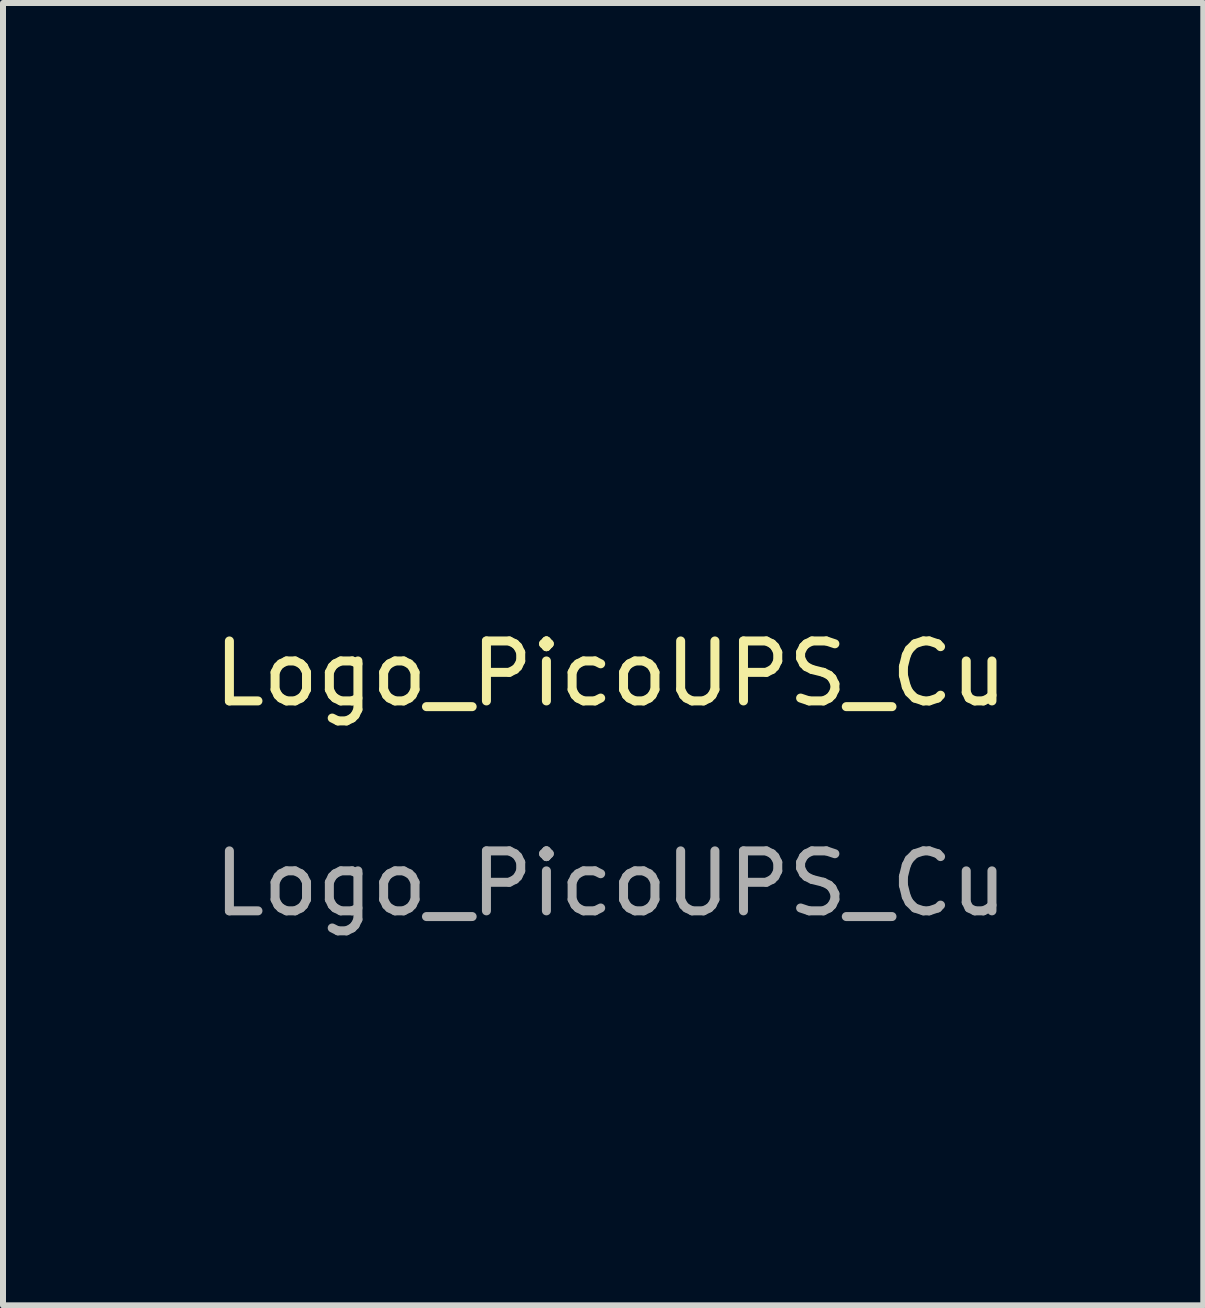
<source format=kicad_pcb>
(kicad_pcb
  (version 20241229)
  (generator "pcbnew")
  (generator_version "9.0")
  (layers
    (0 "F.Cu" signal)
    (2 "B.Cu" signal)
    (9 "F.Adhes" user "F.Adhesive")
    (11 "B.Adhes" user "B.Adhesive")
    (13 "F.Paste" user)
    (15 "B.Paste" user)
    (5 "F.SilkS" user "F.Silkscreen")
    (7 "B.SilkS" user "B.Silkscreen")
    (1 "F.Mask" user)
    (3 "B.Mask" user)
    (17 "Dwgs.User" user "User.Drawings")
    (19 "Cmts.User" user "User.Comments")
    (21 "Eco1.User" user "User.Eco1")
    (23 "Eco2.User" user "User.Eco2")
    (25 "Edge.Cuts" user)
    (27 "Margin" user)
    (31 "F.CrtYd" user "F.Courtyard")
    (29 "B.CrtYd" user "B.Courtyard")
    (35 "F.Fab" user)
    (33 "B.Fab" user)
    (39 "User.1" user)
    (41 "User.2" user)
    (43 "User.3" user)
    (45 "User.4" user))
  (footprint "Logo_PicoUPS_Cu"
    (layer "F.Cu")
    (at 7.132 8.182)
    (property "Reference" "Logo_PicoUPS_Cu" (at 0 0 0) (unlocked yes) (layer "F.SilkS") (effects (font (size 1 1) (thickness 0.15))))
    (fp_line (start -7 -3.5) (end -6.997 -3.592) (stroke (width 0.265) (type solid)) (layer "F.Mask"))
    (fp_line (start -7 2.85) (end -7 -3.5) (stroke (width 0.265) (type solid)) (layer "F.Mask"))
    (fp_line (start -6.999 2.896) (end -7 2.85) (stroke (width 0.265) (type solid)) (layer "F.Mask"))
    (fp_line (start -6.997 -3.592) (end -6.988 -3.682) (stroke (width 0.265) (type solid)) (layer "F.Mask"))
    (fp_line (start -6.997 2.942) (end -6.999 2.896) (stroke (width 0.265) (type solid)) (layer "F.Mask"))
    (fp_line (start -6.993 2.987) (end -6.997 2.942) (stroke (width 0.265) (type solid)) (layer "F.Mask"))
    (fp_line (start -6.988 -3.682) (end -6.973 -3.771) (stroke (width 0.265) (type solid)) (layer "F.Mask"))
    (fp_line (start -6.988 3.032) (end -6.993 2.987) (stroke (width 0.265) (type solid)) (layer "F.Mask"))
    (fp_line (start -6.981 3.077) (end -6.988 3.032) (stroke (width 0.265) (type solid)) (layer "F.Mask"))
    (fp_line (start -6.973 -3.771) (end -6.952 -3.859) (stroke (width 0.265) (type solid)) (layer "F.Mask"))
    (fp_line (start -6.973 3.121) (end -6.981 3.077) (stroke (width 0.265) (type solid)) (layer "F.Mask"))
    (fp_line (start -6.963 3.165) (end -6.973 3.121) (stroke (width 0.265) (type solid)) (layer "F.Mask"))
    (fp_line (start -6.952 -3.859) (end -6.926 -3.944) (stroke (width 0.265) (type solid)) (layer "F.Mask"))
    (fp_line (start -6.952 3.209) (end -6.963 3.165) (stroke (width 0.265) (type solid)) (layer "F.Mask"))
    (fp_line (start -6.94 3.252) (end -6.952 3.209) (stroke (width 0.265) (type solid)) (layer "F.Mask"))
    (fp_line (start -6.926 -3.944) (end -6.895 -4.028) (stroke (width 0.265) (type solid)) (layer "F.Mask"))
    (fp_line (start -6.926 3.294) (end -6.94 3.252) (stroke (width 0.265) (type solid)) (layer "F.Mask"))
    (fp_line (start -6.911 3.336) (end -6.926 3.294) (stroke (width 0.265) (type solid)) (layer "F.Mask"))
    (fp_line (start -6.895 -4.028) (end -6.858 -4.109) (stroke (width 0.265) (type solid)) (layer "F.Mask"))
    (fp_line (start -6.895 3.378) (end -6.911 3.336) (stroke (width 0.265) (type solid)) (layer "F.Mask"))
    (fp_line (start -6.877 3.419) (end -6.895 3.378) (stroke (width 0.265) (type solid)) (layer "F.Mask"))
    (fp_line (start -6.858 -4.109) (end -6.816 -4.187) (stroke (width 0.265) (type solid)) (layer "F.Mask"))
    (fp_line (start -6.858 3.459) (end -6.877 3.419) (stroke (width 0.265) (type solid)) (layer "F.Mask"))
    (fp_line (start -6.837 3.499) (end -6.858 3.459) (stroke (width 0.265) (type solid)) (layer "F.Mask"))
    (fp_line (start -6.816 -4.187) (end -6.769 -4.263) (stroke (width 0.265) (type solid)) (layer "F.Mask"))
    (fp_line (start -6.816 3.537) (end -6.837 3.499) (stroke (width 0.265) (type solid)) (layer "F.Mask"))
    (fp_line (start -6.793 3.576) (end -6.816 3.537) (stroke (width 0.265) (type solid)) (layer "F.Mask"))
    (fp_line (start -6.769 -4.263) (end -6.717 -4.335) (stroke (width 0.265) (type solid)) (layer "F.Mask"))
    (fp_line (start -6.769 3.613) (end -6.793 3.576) (stroke (width 0.265) (type solid)) (layer "F.Mask"))
    (fp_line (start -6.744 3.65) (end -6.769 3.613) (stroke (width 0.265) (type solid)) (layer "F.Mask"))
    (fp_line (start -6.717 -4.335) (end -6.661 -4.405) (stroke (width 0.265) (type solid)) (layer "F.Mask"))
    (fp_line (start -6.717 3.685) (end -6.744 3.65) (stroke (width 0.265) (type solid)) (layer "F.Mask"))
    (fp_line (start -6.689 3.72) (end -6.717 3.685) (stroke (width 0.265) (type solid)) (layer "F.Mask"))
    (fp_line (start -6.661 -4.405) (end -6.599 -4.47) (stroke (width 0.265) (type solid)) (layer "F.Mask"))
    (fp_line (start -6.661 3.755) (end -6.689 3.72) (stroke (width 0.265) (type solid)) (layer "F.Mask"))
    (fp_line (start -6.631 3.788) (end -6.661 3.755) (stroke (width 0.265) (type solid)) (layer "F.Mask"))
    (fp_line (start -6.599 -4.47) (end -6.534 -4.532) (stroke (width 0.265) (type solid)) (layer "F.Mask"))
    (fp_line (start -6.599 3.82) (end -6.631 3.788) (stroke (width 0.265) (type solid)) (layer "F.Mask"))
    (fp_line (start -6.567 3.851) (end -6.599 3.82) (stroke (width 0.265) (type solid)) (layer "F.Mask"))
    (fp_line (start -6.534 -4.532) (end -6.464 -4.589) (stroke (width 0.265) (type solid)) (layer "F.Mask"))
    (fp_line (start -6.534 3.882) (end -6.567 3.851) (stroke (width 0.265) (type solid)) (layer "F.Mask"))
    (fp_line (start -6.5 3.911) (end -6.534 3.882) (stroke (width 0.265) (type solid)) (layer "F.Mask"))
    (fp_line (start -6.464 -4.589) (end -6.39 -4.642) (stroke (width 0.265) (type solid)) (layer "F.Mask"))
    (fp_line (start -6.464 3.939) (end -6.5 3.911) (stroke (width 0.265) (type solid)) (layer "F.Mask"))
    (fp_line (start -6.428 3.966) (end -6.464 3.939) (stroke (width 0.265) (type solid)) (layer "F.Mask"))
    (fp_line (start -6.39 -4.642) (end -6.313 -4.691) (stroke (width 0.265) (type solid)) (layer "F.Mask"))
    (fp_line (start -6.39 3.992) (end -6.428 3.966) (stroke (width 0.265) (type solid)) (layer "F.Mask"))
    (fp_line (start -6.352 4.017) (end -6.39 3.992) (stroke (width 0.265) (type solid)) (layer "F.Mask"))
    (fp_line (start -6.313 -4.691) (end -0.813 -7.866) (stroke (width 0.265) (type solid)) (layer "F.Mask"))
    (fp_line (start -6.313 4.041) (end -6.352 4.017) (stroke (width 0.265) (type solid)) (layer "F.Mask"))
    (fp_line (start -0.813 -7.866) (end -0.732 -7.909) (stroke (width 0.265) (type solid)) (layer "F.Mask"))
    (fp_line (start -0.813 7.216) (end -6.313 4.041) (stroke (width 0.265) (type solid)) (layer "F.Mask"))
    (fp_line (start -0.732 -7.909) (end -0.65 -7.946) (stroke (width 0.265) (type solid)) (layer "F.Mask"))
    (fp_line (start -0.732 7.259) (end -0.813 7.216) (stroke (width 0.265) (type solid)) (layer "F.Mask"))
    (fp_line (start -0.65 -7.946) (end -0.565 -7.978) (stroke (width 0.265) (type solid)) (layer "F.Mask"))
    (fp_line (start -0.65 7.296) (end -0.732 7.259) (stroke (width 0.265) (type solid)) (layer "F.Mask"))
    (fp_line (start -0.565 -7.978) (end -0.479 -8.004) (stroke (width 0.265) (type solid)) (layer "F.Mask"))
    (fp_line (start -0.565 7.328) (end -0.65 7.296) (stroke (width 0.265) (type solid)) (layer "F.Mask"))
    (fp_line (start -0.479 -8.004) (end -0.392 -8.024) (stroke (width 0.265) (type solid)) (layer "F.Mask"))
    (fp_line (start -0.479 7.354) (end -0.565 7.328) (stroke (width 0.265) (type solid)) (layer "F.Mask"))
    (fp_line (start -0.392 -8.024) (end -0.304 -8.038) (stroke (width 0.265) (type solid)) (layer "F.Mask"))
    (fp_line (start -0.392 7.374) (end -0.479 7.354) (stroke (width 0.265) (type solid)) (layer "F.Mask"))
    (fp_line (start -0.304 -8.038) (end -0.215 -8.047) (stroke (width 0.265) (type solid)) (layer "F.Mask"))
    (fp_line (start -0.304 7.388) (end -0.392 7.374) (stroke (width 0.265) (type solid)) (layer "F.Mask"))
    (fp_line (start -0.215 -8.047) (end -0.126 -8.05) (stroke (width 0.265) (type solid)) (layer "F.Mask"))
    (fp_line (start -0.215 7.397) (end -0.304 7.388) (stroke (width 0.265) (type solid)) (layer "F.Mask"))
    (fp_line (start -0.126 -8.05) (end -0.037 -8.047) (stroke (width 0.265) (type solid)) (layer "F.Mask"))
    (fp_line (start -0.126 7.4) (end -0.215 7.397) (stroke (width 0.265) (type solid)) (layer "F.Mask"))
    (fp_line (start -0.037 -8.047) (end 0.052 -8.038) (stroke (width 0.265) (type solid)) (layer "F.Mask"))
    (fp_line (start -0.037 7.397) (end -0.126 7.4) (stroke (width 0.265) (type solid)) (layer "F.Mask"))
    (fp_line (start 0.052 -8.038) (end 0.14 -8.024) (stroke (width 0.265) (type solid)) (layer "F.Mask"))
    (fp_line (start 0.052 7.388) (end -0.037 7.397) (stroke (width 0.265) (type solid)) (layer "F.Mask"))
    (fp_line (start 0.14 -8.024) (end 0.227 -8.004) (stroke (width 0.265) (type solid)) (layer "F.Mask"))
    (fp_line (start 0.14 7.374) (end 0.052 7.388) (stroke (width 0.265) (type solid)) (layer "F.Mask"))
    (fp_line (start 0.227 -8.004) (end 0.313 -7.978) (stroke (width 0.265) (type solid)) (layer "F.Mask"))
    (fp_line (start 0.227 7.354) (end 0.14 7.374) (stroke (width 0.265) (type solid)) (layer "F.Mask"))
    (fp_line (start 0.313 -7.978) (end 0.398 -7.946) (stroke (width 0.265) (type solid)) (layer "F.Mask"))
    (fp_line (start 0.313 7.328) (end 0.227 7.354) (stroke (width 0.265) (type solid)) (layer "F.Mask"))
    (fp_line (start 0.398 -7.946) (end 0.481 -7.909) (stroke (width 0.265) (type solid)) (layer "F.Mask"))
    (fp_line (start 0.398 7.296) (end 0.313 7.328) (stroke (width 0.265) (type solid)) (layer "F.Mask"))
    (fp_line (start 0.481 -7.909) (end 0.561 -7.866) (stroke (width 0.265) (type solid)) (layer "F.Mask"))
    (fp_line (start 0.481 7.259) (end 0.398 7.296) (stroke (width 0.265) (type solid)) (layer "F.Mask"))
    (fp_line (start 0.561 -7.866) (end 6.061 -4.691) (stroke (width 0.265) (type solid)) (layer "F.Mask"))
    (fp_line (start 0.561 7.216) (end 0.481 7.259) (stroke (width 0.265) (type solid)) (layer "F.Mask"))
    (fp_line (start 6.061 -4.691) (end 6.1 -4.667) (stroke (width 0.265) (type solid)) (layer "F.Mask"))
    (fp_line (start 6.061 4.041) (end 0.561 7.216) (stroke (width 0.265) (type solid)) (layer "F.Mask"))
    (fp_line (start 6.1 -4.667) (end 6.139 -4.642) (stroke (width 0.265) (type solid)) (layer "F.Mask"))
    (fp_line (start 6.139 -4.642) (end 6.176 -4.616) (stroke (width 0.265) (type solid)) (layer "F.Mask"))
    (fp_line (start 6.139 3.992) (end 6.061 4.041) (stroke (width 0.265) (type solid)) (layer "F.Mask"))
    (fp_line (start 6.176 -4.616) (end 6.212 -4.589) (stroke (width 0.265) (type solid)) (layer "F.Mask"))
    (fp_line (start 6.212 -4.589) (end 6.248 -4.561) (stroke (width 0.265) (type solid)) (layer "F.Mask"))
    (fp_line (start 6.212 3.939) (end 6.139 3.992) (stroke (width 0.265) (type solid)) (layer "F.Mask"))
    (fp_line (start 6.248 -4.561) (end 6.282 -4.532) (stroke (width 0.265) (type solid)) (layer "F.Mask"))
    (fp_line (start 6.282 -4.532) (end 6.315 -4.501) (stroke (width 0.265) (type solid)) (layer "F.Mask"))
    (fp_line (start 6.282 3.882) (end 6.212 3.939) (stroke (width 0.265) (type solid)) (layer "F.Mask"))
    (fp_line (start 6.315 -4.501) (end 6.348 -4.47) (stroke (width 0.265) (type solid)) (layer "F.Mask"))
    (fp_line (start 6.348 -4.47) (end 6.379 -4.438) (stroke (width 0.265) (type solid)) (layer "F.Mask"))
    (fp_line (start 6.348 3.82) (end 6.282 3.882) (stroke (width 0.265) (type solid)) (layer "F.Mask"))
    (fp_line (start 6.379 -4.438) (end 6.409 -4.405) (stroke (width 0.265) (type solid)) (layer "F.Mask"))
    (fp_line (start 6.409 -4.405) (end 6.437 -4.37) (stroke (width 0.265) (type solid)) (layer "F.Mask"))
    (fp_line (start 6.409 3.755) (end 6.348 3.82) (stroke (width 0.265) (type solid)) (layer "F.Mask"))
    (fp_line (start 6.437 -4.37) (end 6.465 -4.335) (stroke (width 0.265) (type solid)) (layer "F.Mask"))
    (fp_line (start 6.465 -4.335) (end 6.492 -4.3) (stroke (width 0.265) (type solid)) (layer "F.Mask"))
    (fp_line (start 6.465 3.685) (end 6.409 3.755) (stroke (width 0.265) (type solid)) (layer "F.Mask"))
    (fp_line (start 6.492 -4.3) (end 6.517 -4.263) (stroke (width 0.265) (type solid)) (layer "F.Mask"))
    (fp_line (start 6.517 -4.263) (end 6.541 -4.226) (stroke (width 0.265) (type solid)) (layer "F.Mask"))
    (fp_line (start 6.517 3.613) (end 6.465 3.685) (stroke (width 0.265) (type solid)) (layer "F.Mask"))
    (fp_line (start 6.541 -4.226) (end 6.564 -4.187) (stroke (width 0.265) (type solid)) (layer "F.Mask"))
    (fp_line (start 6.564 -4.187) (end 6.586 -4.149) (stroke (width 0.265) (type solid)) (layer "F.Mask"))
    (fp_line (start 6.564 3.537) (end 6.517 3.613) (stroke (width 0.265) (type solid)) (layer "F.Mask"))
    (fp_line (start 6.586 -4.149) (end 6.606 -4.109) (stroke (width 0.265) (type solid)) (layer "F.Mask"))
    (fp_line (start 6.606 -4.109) (end 6.625 -4.069) (stroke (width 0.265) (type solid)) (layer "F.Mask"))
    (fp_line (start 6.606 3.459) (end 6.564 3.537) (stroke (width 0.265) (type solid)) (layer "F.Mask"))
    (fp_line (start 6.625 -4.069) (end 6.643 -4.028) (stroke (width 0.265) (type solid)) (layer "F.Mask"))
    (fp_line (start 6.643 -4.028) (end 6.659 -3.986) (stroke (width 0.265) (type solid)) (layer "F.Mask"))
    (fp_line (start 6.643 3.378) (end 6.606 3.459) (stroke (width 0.265) (type solid)) (layer "F.Mask"))
    (fp_line (start 6.659 -3.986) (end 6.674 -3.944) (stroke (width 0.265) (type solid)) (layer "F.Mask"))
    (fp_line (start 6.674 -3.944) (end 6.688 -3.902) (stroke (width 0.265) (type solid)) (layer "F.Mask"))
    (fp_line (start 6.674 3.294) (end 6.643 3.378) (stroke (width 0.265) (type solid)) (layer "F.Mask"))
    (fp_line (start 6.688 -3.902) (end 6.701 -3.859) (stroke (width 0.265) (type solid)) (layer "F.Mask"))
    (fp_line (start 6.701 -3.859) (end 6.712 -3.815) (stroke (width 0.265) (type solid)) (layer "F.Mask"))
    (fp_line (start 6.701 3.209) (end 6.674 3.294) (stroke (width 0.265) (type solid)) (layer "F.Mask"))
    (fp_line (start 6.712 -3.815) (end 6.721 -3.771) (stroke (width 0.265) (type solid)) (layer "F.Mask"))
    (fp_line (start 6.721 -3.771) (end 6.729 -3.727) (stroke (width 0.265) (type solid)) (layer "F.Mask"))
    (fp_line (start 6.721 3.121) (end 6.701 3.209) (stroke (width 0.265) (type solid)) (layer "F.Mask"))
    (fp_line (start 6.729 -3.727) (end 6.736 -3.682) (stroke (width 0.265) (type solid)) (layer "F.Mask"))
    (fp_line (start 6.736 -3.682) (end 6.741 -3.637) (stroke (width 0.265) (type solid)) (layer "F.Mask"))
    (fp_line (start 6.736 3.032) (end 6.721 3.121) (stroke (width 0.265) (type solid)) (layer "F.Mask"))
    (fp_line (start 6.741 -3.637) (end 6.745 -3.592) (stroke (width 0.265) (type solid)) (layer "F.Mask"))
    (fp_line (start 6.745 -3.592) (end 6.747 -3.546) (stroke (width 0.265) (type solid)) (layer "F.Mask"))
    (fp_line (start 6.745 2.942) (end 6.736 3.032) (stroke (width 0.265) (type solid)) (layer "F.Mask"))
    (fp_line (start 6.747 -3.546) (end 6.748 -3.5) (stroke (width 0.265) (type solid)) (layer "F.Mask"))
    (fp_line (start 6.748 -3.5) (end 6.748 2.85) (stroke (width 0.265) (type solid)) (layer "F.Mask"))
    (fp_line (start 6.748 2.85) (end 6.745 2.942) (stroke (width 0.265) (type solid)) (layer "F.Mask"))
    (fp_poly (pts (xy -5.157 1.792) (xy -5.15 1.797) (xy -5.142 1.802) (xy -5.135 1.807) (xy -5.127 1.813) (xy -5.12 1.819) (xy -5.112 1.825) (xy -5.105 1.832) (xy -5.097 1.839) (xy -5.09 1.847) (xy -5.083 1.855) (xy -5.075 1.863) (xy -5.068 1.872) (xy -5.061 1.881) (xy -5.054 1.891) (xy -5.046 1.901) (xy -5.039 1.911) (xy -5.025 1.932) (xy -5.012 1.953) (xy -4.999 1.974) (xy -4.987 1.997) (xy -4.975 2.02) (xy -4.964 2.044) (xy -4.954 2.068) (xy -4.944 2.093) (xy -4.94 2.106) (xy -4.935 2.118) (xy -4.931 2.131) (xy -4.928 2.143) (xy -4.924 2.155) (xy -4.921 2.168) (xy -4.918 2.18) (xy -4.916 2.192) (xy -4.913 2.204) (xy -4.911 2.216) (xy -4.91 2.228) (xy -4.908 2.24) (xy -4.907 2.251) (xy -4.907 2.263) (xy -4.906 2.275) (xy -4.906 2.286) (xy -4.906 2.297) (xy -4.907 2.308) (xy -4.907 2.319) (xy -4.908 2.329) (xy -4.91 2.339) (xy -4.911 2.349) (xy -4.913 2.359) (xy -4.916 2.368) (xy -4.918 2.377) (xy -4.921 2.386) (xy -4.924 2.395) (xy -4.928 2.404) (xy -4.931 2.412) (xy -4.935 2.42) (xy -4.94 2.428) (xy -4.944 2.436) (xy -4.949 2.443) (xy -4.954 2.449) (xy -4.959 2.456) (xy -4.964 2.462) (xy -4.97 2.468) (xy -4.975 2.473) (xy -4.981 2.478) (xy -4.987 2.483) (xy -4.993 2.488) (xy -4.999 2.492) (xy -5.005 2.496) (xy -5.012 2.5) (xy -5.019 2.503) (xy -5.025 2.506) (xy -5.032 2.509) (xy -5.039 2.511) (xy -5.046 2.513) (xy -5.054 2.515) (xy -5.061 2.516) (xy -5.068 2.517) (xy -5.075 2.517) (xy -5.083 2.517) (xy -5.09 2.516) (xy -5.097 2.516) (xy -5.105 2.514) (xy -5.112 2.513) (xy -5.12 2.511) (xy -5.127 2.508) (xy -5.135 2.505) (xy -5.142 2.502) (xy -5.15 2.498) (xy -5.157 2.494) (xy -5.71 2.175) (xy -5.71 1.473)) (stroke (width 0) (type solid)) (fill yes) (layer "F.Mask"))
    (fp_poly (pts (xy -4.221 -5.28) (xy -4.191 -5.277) (xy -4.162 -5.273) (xy -4.133 -5.266) (xy -4.104 -5.257) (xy -4.076 -5.247) (xy -4.048 -5.234) (xy -4.021 -5.22) (xy -2.646 -4.426) (xy -2.642 -4.423) (xy -2.638 -4.421) (xy -2.634 -4.418) (xy -2.63 -4.415) (xy -2.626 -4.412) (xy -2.622 -4.408) (xy -2.618 -4.405) (xy -2.615 -4.402) (xy -2.611 -4.398) (xy -2.608 -4.394) (xy -2.605 -4.39) (xy -2.601 -4.387) (xy -2.599 -4.383) (xy -2.596 -4.379) (xy -2.593 -4.374) (xy -2.591 -4.37) (xy -2.588 -4.366) (xy -2.586 -4.361) (xy -2.584 -4.357) (xy -2.582 -4.352) (xy -2.58 -4.348) (xy -2.578 -4.343) (xy -2.577 -4.338) (xy -2.575 -4.334) (xy -2.574 -4.329) (xy -2.573 -4.324) (xy -2.572 -4.319) (xy -2.571 -4.314) (xy -2.571 -4.309) (xy -2.57 -4.304) (xy -2.57 -4.299) (xy -2.57 -4.294) (xy -2.57 -4.284) (xy -2.571 -4.274) (xy -2.573 -4.264) (xy -2.575 -4.254) (xy -2.578 -4.244) (xy -2.582 -4.235) (xy -2.586 -4.226) (xy -2.591 -4.217) (xy -2.596 -4.209) (xy -2.601 -4.201) (xy -2.608 -4.193) (xy -2.615 -4.186) (xy -2.622 -4.179) (xy -2.63 -4.173) (xy -2.638 -4.167) (xy -2.646 -4.161) (xy -4.021 -3.368) (xy -4.048 -3.353) (xy -4.076 -3.341) (xy -4.104 -3.33) (xy -4.133 -3.322) (xy -4.162 -3.315) (xy -4.191 -3.31) (xy -4.221 -3.307) (xy -4.25 -3.306) (xy -4.28 -3.307) (xy -4.31 -3.31) (xy -4.339 -3.315) (xy -4.368 -3.322) (xy -4.397 -3.33) (xy -4.425 -3.341) (xy -4.453 -3.353) (xy -4.48 -3.368) (xy -5.854 -4.161) (xy -5.859 -4.164) (xy -5.863 -4.167) (xy -5.867 -4.17) (xy -5.871 -4.173) (xy -5.875 -4.176) (xy -5.879 -4.179) (xy -5.883 -4.182) (xy -5.886 -4.186) (xy -5.89 -4.19) (xy -5.893 -4.193) (xy -5.896 -4.197) (xy -5.899 -4.201) (xy -5.902 -4.205) (xy -5.905 -4.209) (xy -5.908 -4.213) (xy -5.91 -4.217) (xy -5.913 -4.222) (xy -5.915 -4.226) (xy -5.917 -4.231) (xy -5.919 -4.235) (xy -5.921 -4.24) (xy -5.923 -4.244) (xy -5.924 -4.249) (xy -5.925 -4.254) (xy -5.927 -4.259) (xy -5.928 -4.264) (xy -5.929 -4.269) (xy -5.929 -4.274) (xy -5.93 -4.279) (xy -5.93 -4.284) (xy -5.931 -4.289) (xy -5.931 -4.294) (xy -5.93 -4.304) (xy -5.929 -4.314) (xy -5.928 -4.324) (xy -5.925 -4.334) (xy -5.923 -4.343) (xy -5.919 -4.352) (xy -5.915 -4.361) (xy -5.91 -4.37) (xy -5.905 -4.379) (xy -5.899 -4.387) (xy -5.893 -4.394) (xy -5.886 -4.402) (xy -5.879 -4.408) (xy -5.871 -4.415) (xy -5.863 -4.421) (xy -5.854 -4.426) (xy -4.48 -5.22) (xy -4.453 -5.234) (xy -4.425 -5.247) (xy -4.397 -5.257) (xy -4.368 -5.266) (xy -4.339 -5.273) (xy -4.31 -5.277) (xy -4.28 -5.28) (xy -4.25 -5.281)) (stroke (width 0) (type solid)) (fill yes) (layer "F.Mask"))
    (fp_poly (pts (xy -2.158 -6.471) (xy -2.129 -6.468) (xy -2.1 -6.463) (xy -2.07 -6.456) (xy -2.042 -6.448) (xy -2.014 -6.437) (xy -1.986 -6.425) (xy -1.959 -6.41) (xy -0.584 -5.617) (xy -0.576 -5.611) (xy -0.567 -5.605) (xy -0.56 -5.599) (xy -0.552 -5.592) (xy -0.546 -5.585) (xy -0.539 -5.577) (xy -0.534 -5.569) (xy -0.528 -5.561) (xy -0.524 -5.552) (xy -0.52 -5.543) (xy -0.516 -5.534) (xy -0.513 -5.524) (xy -0.511 -5.515) (xy -0.509 -5.505) (xy -0.508 -5.495) (xy -0.508 -5.484) (xy -0.508 -5.479) (xy -0.508 -5.474) (xy -0.509 -5.469) (xy -0.509 -5.464) (xy -0.51 -5.459) (xy -0.511 -5.454) (xy -0.512 -5.449) (xy -0.513 -5.445) (xy -0.514 -5.44) (xy -0.516 -5.435) (xy -0.518 -5.43) (xy -0.52 -5.426) (xy -0.521 -5.421) (xy -0.524 -5.417) (xy -0.526 -5.412) (xy -0.528 -5.408) (xy -0.531 -5.404) (xy -0.534 -5.4) (xy -0.536 -5.396) (xy -0.539 -5.392) (xy -0.542 -5.388) (xy -0.546 -5.384) (xy -0.549 -5.38) (xy -0.552 -5.377) (xy -0.556 -5.373) (xy -0.56 -5.37) (xy -0.563 -5.366) (xy -0.567 -5.363) (xy -0.571 -5.36) (xy -0.576 -5.357) (xy -0.58 -5.355) (xy -0.584 -5.352) (xy -1.959 -4.558) (xy -1.986 -4.544) (xy -2.014 -4.531) (xy -2.042 -4.521) (xy -2.07 -4.512) (xy -2.1 -4.506) (xy -2.129 -4.501) (xy -2.158 -4.498) (xy -2.188 -4.497) (xy -2.218 -4.498) (xy -2.247 -4.501) (xy -2.277 -4.506) (xy -2.306 -4.512) (xy -2.334 -4.521) (xy -2.363 -4.531) (xy -2.39 -4.544) (xy -2.417 -4.558) (xy -3.792 -5.352) (xy -3.801 -5.357) (xy -3.809 -5.363) (xy -3.817 -5.37) (xy -3.824 -5.377) (xy -3.831 -5.384) (xy -3.837 -5.392) (xy -3.843 -5.4) (xy -3.848 -5.408) (xy -3.853 -5.417) (xy -3.857 -5.426) (xy -3.86 -5.435) (xy -3.863 -5.445) (xy -3.865 -5.454) (xy -3.867 -5.464) (xy -3.868 -5.474) (xy -3.868 -5.484) (xy -3.868 -5.489) (xy -3.868 -5.495) (xy -3.868 -5.5) (xy -3.867 -5.505) (xy -3.866 -5.51) (xy -3.865 -5.515) (xy -3.864 -5.519) (xy -3.863 -5.524) (xy -3.862 -5.529) (xy -3.86 -5.534) (xy -3.859 -5.538) (xy -3.857 -5.543) (xy -3.855 -5.548) (xy -3.853 -5.552) (xy -3.85 -5.556) (xy -3.848 -5.561) (xy -3.845 -5.565) (xy -3.843 -5.569) (xy -3.84 -5.573) (xy -3.837 -5.577) (xy -3.834 -5.581) (xy -3.831 -5.585) (xy -3.827 -5.589) (xy -3.824 -5.592) (xy -3.82 -5.596) (xy -3.817 -5.599) (xy -3.813 -5.602) (xy -3.809 -5.605) (xy -3.805 -5.608) (xy -3.801 -5.611) (xy -3.796 -5.614) (xy -3.792 -5.617) (xy -2.417 -6.41) (xy -2.39 -6.425) (xy -2.363 -6.437) (xy -2.334 -6.448) (xy -2.306 -6.456) (xy -2.277 -6.463) (xy -2.247 -6.468) (xy -2.218 -6.471) (xy -2.188 -6.472)) (stroke (width 0) (type solid)) (fill yes) (layer "F.Mask"))
    (fp_poly (pts (xy -2.158 -4.09) (xy -2.129 -4.087) (xy -2.1 -4.082) (xy -2.07 -4.075) (xy -2.042 -4.067) (xy -2.014 -4.056) (xy -1.986 -4.044) (xy -1.959 -4.029) (xy -0.584 -3.235) (xy -0.576 -3.23) (xy -0.567 -3.224) (xy -0.56 -3.218) (xy -0.552 -3.211) (xy -0.546 -3.204) (xy -0.539 -3.196) (xy -0.534 -3.188) (xy -0.528 -3.18) (xy -0.524 -3.171) (xy -0.52 -3.162) (xy -0.516 -3.152) (xy -0.513 -3.143) (xy -0.511 -3.133) (xy -0.509 -3.123) (xy -0.508 -3.113) (xy -0.508 -3.103) (xy -0.508 -3.098) (xy -0.508 -3.093) (xy -0.509 -3.088) (xy -0.509 -3.083) (xy -0.51 -3.078) (xy -0.511 -3.073) (xy -0.512 -3.068) (xy -0.513 -3.063) (xy -0.514 -3.058) (xy -0.516 -3.054) (xy -0.518 -3.049) (xy -0.52 -3.044) (xy -0.521 -3.04) (xy -0.524 -3.035) (xy -0.526 -3.031) (xy -0.528 -3.027) (xy -0.531 -3.023) (xy -0.534 -3.018) (xy -0.536 -3.014) (xy -0.539 -3.01) (xy -0.542 -3.006) (xy -0.546 -3.003) (xy -0.549 -2.999) (xy -0.552 -2.995) (xy -0.556 -2.992) (xy -0.56 -2.988) (xy -0.563 -2.985) (xy -0.567 -2.982) (xy -0.571 -2.979) (xy -0.576 -2.976) (xy -0.58 -2.973) (xy -0.584 -2.971) (xy -1.959 -2.177) (xy -1.986 -2.163) (xy -2.014 -2.15) (xy -2.042 -2.14) (xy -2.07 -2.131) (xy -2.1 -2.124) (xy -2.129 -2.12) (xy -2.158 -2.117) (xy -2.188 -2.116) (xy -2.218 -2.117) (xy -2.247 -2.12) (xy -2.277 -2.124) (xy -2.306 -2.131) (xy -2.334 -2.14) (xy -2.363 -2.15) (xy -2.39 -2.163) (xy -2.417 -2.177) (xy -3.792 -2.971) (xy -3.801 -2.976) (xy -3.809 -2.982) (xy -3.817 -2.988) (xy -3.824 -2.995) (xy -3.831 -3.003) (xy -3.837 -3.01) (xy -3.843 -3.018) (xy -3.848 -3.027) (xy -3.853 -3.035) (xy -3.857 -3.044) (xy -3.86 -3.054) (xy -3.863 -3.063) (xy -3.865 -3.073) (xy -3.867 -3.083) (xy -3.868 -3.093) (xy -3.868 -3.103) (xy -3.868 -3.108) (xy -3.868 -3.113) (xy -3.868 -3.118) (xy -3.867 -3.123) (xy -3.866 -3.128) (xy -3.865 -3.133) (xy -3.864 -3.138) (xy -3.863 -3.143) (xy -3.862 -3.148) (xy -3.86 -3.152) (xy -3.859 -3.157) (xy -3.857 -3.162) (xy -3.855 -3.166) (xy -3.853 -3.171) (xy -3.85 -3.175) (xy -3.848 -3.18) (xy -3.845 -3.184) (xy -3.843 -3.188) (xy -3.84 -3.192) (xy -3.837 -3.196) (xy -3.834 -3.2) (xy -3.831 -3.204) (xy -3.827 -3.207) (xy -3.824 -3.211) (xy -3.82 -3.214) (xy -3.817 -3.218) (xy -3.813 -3.221) (xy -3.809 -3.224) (xy -3.805 -3.227) (xy -3.801 -3.23) (xy -3.796 -3.233) (xy -3.792 -3.235) (xy -2.417 -4.029) (xy -2.39 -4.044) (xy -2.363 -4.056) (xy -2.334 -4.067) (xy -2.306 -4.075) (xy -2.277 -4.082) (xy -2.247 -4.087) (xy -2.218 -4.09) (xy -2.188 -4.091)) (stroke (width 0) (type solid)) (fill yes) (layer "F.Mask"))
    (fp_poly (pts (xy -0.096 -2.899) (xy -0.067 -2.896) (xy -0.037 -2.891) (xy -0.008 -2.885) (xy 0.02 -2.876) (xy 0.049 -2.865) (xy 0.076 -2.853) (xy 0.103 -2.839) (xy 1.478 -2.045) (xy 1.487 -2.039) (xy 1.495 -2.034) (xy 1.503 -2.027) (xy 1.51 -2.02) (xy 1.517 -2.013) (xy 1.523 -2.005) (xy 1.529 -1.997) (xy 1.534 -1.989) (xy 1.539 -1.98) (xy 1.543 -1.971) (xy 1.546 -1.962) (xy 1.549 -1.952) (xy 1.551 -1.943) (xy 1.553 -1.933) (xy 1.554 -1.923) (xy 1.554 -1.913) (xy 1.554 -1.907) (xy 1.554 -1.902) (xy 1.554 -1.897) (xy 1.553 -1.892) (xy 1.552 -1.887) (xy 1.551 -1.882) (xy 1.55 -1.877) (xy 1.549 -1.873) (xy 1.548 -1.868) (xy 1.546 -1.863) (xy 1.545 -1.858) (xy 1.543 -1.854) (xy 1.541 -1.849) (xy 1.539 -1.845) (xy 1.536 -1.84) (xy 1.534 -1.836) (xy 1.531 -1.832) (xy 1.529 -1.828) (xy 1.526 -1.824) (xy 1.523 -1.82) (xy 1.52 -1.816) (xy 1.517 -1.812) (xy 1.513 -1.808) (xy 1.51 -1.805) (xy 1.506 -1.801) (xy 1.503 -1.798) (xy 1.499 -1.795) (xy 1.495 -1.791) (xy 1.491 -1.788) (xy 1.487 -1.786) (xy 1.482 -1.783) (xy 1.478 -1.78) (xy 0.103 -0.986) (xy 0.076 -0.972) (xy 0.049 -0.96) (xy 0.02 -0.949) (xy -0.008 -0.94) (xy -0.037 -0.934) (xy -0.067 -0.929) (xy -0.096 -0.926) (xy -0.126 -0.925) (xy -0.156 -0.926) (xy -0.185 -0.929) (xy -0.215 -0.934) (xy -0.244 -0.94) (xy -0.272 -0.949) (xy -0.3 -0.96) (xy -0.328 -0.972) (xy -0.355 -0.986) (xy -1.73 -1.78) (xy -1.739 -1.786) (xy -1.747 -1.791) (xy -1.754 -1.798) (xy -1.762 -1.805) (xy -1.769 -1.812) (xy -1.775 -1.82) (xy -1.781 -1.828) (xy -1.786 -1.836) (xy -1.79 -1.845) (xy -1.795 -1.854) (xy -1.798 -1.863) (xy -1.801 -1.873) (xy -1.803 -1.882) (xy -1.805 -1.892) (xy -1.806 -1.902) (xy -1.806 -1.913) (xy -1.806 -1.918) (xy -1.806 -1.923) (xy -1.805 -1.928) (xy -1.805 -1.933) (xy -1.804 -1.938) (xy -1.803 -1.943) (xy -1.802 -1.948) (xy -1.801 -1.952) (xy -1.8 -1.957) (xy -1.798 -1.962) (xy -1.796 -1.967) (xy -1.795 -1.971) (xy -1.793 -1.976) (xy -1.79 -1.98) (xy -1.788 -1.985) (xy -1.786 -1.989) (xy -1.783 -1.993) (xy -1.781 -1.997) (xy -1.778 -2.001) (xy -1.775 -2.005) (xy -1.772 -2.009) (xy -1.769 -2.013) (xy -1.765 -2.017) (xy -1.762 -2.02) (xy -1.758 -2.024) (xy -1.754 -2.027) (xy -1.751 -2.03) (xy -1.747 -2.034) (xy -1.743 -2.037) (xy -1.739 -2.039) (xy -1.734 -2.042) (xy -1.73 -2.045) (xy -0.355 -2.839) (xy -0.328 -2.853) (xy -0.3 -2.865) (xy -0.272 -2.876) (xy -0.244 -2.885) (xy -0.214 -2.891) (xy -0.185 -2.896) (xy -0.156 -2.899) (xy -0.126 -2.9)) (stroke (width 0) (type solid)) (fill yes) (layer "F.Mask"))
    (fp_poly (pts (xy 4.028 -5.28) (xy 4.058 -5.277) (xy 4.087 -5.273) (xy 4.116 -5.266) (xy 4.145 -5.257) (xy 4.173 -5.247) (xy 4.201 -5.234) (xy 4.228 -5.22) (xy 5.602 -4.426) (xy 5.607 -4.423) (xy 5.611 -4.421) (xy 5.615 -4.418) (xy 5.619 -4.415) (xy 5.623 -4.412) (xy 5.627 -4.408) (xy 5.631 -4.405) (xy 5.634 -4.402) (xy 5.638 -4.398) (xy 5.641 -4.394) (xy 5.644 -4.39) (xy 5.647 -4.387) (xy 5.65 -4.383) (xy 5.653 -4.379) (xy 5.656 -4.374) (xy 5.658 -4.37) (xy 5.661 -4.366) (xy 5.663 -4.361) (xy 5.665 -4.357) (xy 5.667 -4.352) (xy 5.669 -4.348) (xy 5.671 -4.343) (xy 5.672 -4.338) (xy 5.674 -4.334) (xy 5.675 -4.329) (xy 5.676 -4.324) (xy 5.677 -4.319) (xy 5.678 -4.314) (xy 5.678 -4.309) (xy 5.679 -4.304) (xy 5.679 -4.299) (xy 5.679 -4.294) (xy 5.679 -4.284) (xy 5.678 -4.274) (xy 5.676 -4.264) (xy 5.674 -4.254) (xy 5.671 -4.244) (xy 5.667 -4.235) (xy 5.663 -4.226) (xy 5.658 -4.217) (xy 5.653 -4.209) (xy 5.647 -4.201) (xy 5.641 -4.193) (xy 5.634 -4.186) (xy 5.627 -4.179) (xy 5.619 -4.173) (xy 5.611 -4.167) (xy 5.602 -4.161) (xy 4.228 -3.368) (xy 4.201 -3.353) (xy 4.173 -3.341) (xy 4.145 -3.33) (xy 4.116 -3.322) (xy 4.087 -3.315) (xy 4.058 -3.31) (xy 4.028 -3.307) (xy 3.999 -3.306) (xy 3.969 -3.307) (xy 3.939 -3.31) (xy 3.91 -3.315) (xy 3.881 -3.322) (xy 3.852 -3.33) (xy 3.824 -3.341) (xy 3.796 -3.353) (xy 3.769 -3.368) (xy 2.395 -4.161) (xy 2.39 -4.164) (xy 2.386 -4.167) (xy 2.382 -4.17) (xy 2.378 -4.173) (xy 2.374 -4.176) (xy 2.37 -4.179) (xy 2.366 -4.182) (xy 2.363 -4.186) (xy 2.359 -4.19) (xy 2.356 -4.193) (xy 2.353 -4.197) (xy 2.35 -4.201) (xy 2.347 -4.205) (xy 2.344 -4.209) (xy 2.341 -4.213) (xy 2.339 -4.217) (xy 2.336 -4.222) (xy 2.334 -4.226) (xy 2.332 -4.231) (xy 2.33 -4.235) (xy 2.328 -4.24) (xy 2.326 -4.244) (xy 2.325 -4.249) (xy 2.323 -4.254) (xy 2.322 -4.259) (xy 2.321 -4.264) (xy 2.32 -4.269) (xy 2.32 -4.274) (xy 2.319 -4.279) (xy 2.319 -4.284) (xy 2.318 -4.289) (xy 2.318 -4.294) (xy 2.319 -4.304) (xy 2.32 -4.314) (xy 2.321 -4.324) (xy 2.323 -4.334) (xy 2.326 -4.343) (xy 2.33 -4.352) (xy 2.334 -4.361) (xy 2.339 -4.37) (xy 2.344 -4.379) (xy 2.35 -4.387) (xy 2.356 -4.394) (xy 2.363 -4.402) (xy 2.37 -4.408) (xy 2.378 -4.415) (xy 2.386 -4.421) (xy 2.395 -4.426) (xy 3.769 -5.22) (xy 3.796 -5.234) (xy 3.824 -5.247) (xy 3.852 -5.257) (xy 3.881 -5.266) (xy 3.91 -5.273) (xy 3.939 -5.277) (xy 3.969 -5.28) (xy 3.999 -5.281)) (stroke (width 0) (type solid)) (fill yes) (layer "F.Mask"))
    (fp_poly (pts (xy -0.096 -5.28) (xy -0.067 -5.277) (xy -0.037 -5.273) (xy -0.008 -5.266) (xy 0.02 -5.257) (xy 0.049 -5.247) (xy 0.076 -5.234) (xy 0.103 -5.22) (xy 1.478 -4.426) (xy 1.482 -4.423) (xy 1.487 -4.421) (xy 1.491 -4.418) (xy 1.495 -4.415) (xy 1.499 -4.412) (xy 1.503 -4.408) (xy 1.506 -4.405) (xy 1.51 -4.402) (xy 1.513 -4.398) (xy 1.517 -4.394) (xy 1.52 -4.39) (xy 1.523 -4.387) (xy 1.526 -4.383) (xy 1.529 -4.379) (xy 1.531 -4.374) (xy 1.534 -4.37) (xy 1.536 -4.366) (xy 1.539 -4.361) (xy 1.541 -4.357) (xy 1.543 -4.352) (xy 1.545 -4.348) (xy 1.546 -4.343) (xy 1.548 -4.338) (xy 1.549 -4.334) (xy 1.55 -4.329) (xy 1.551 -4.324) (xy 1.552 -4.319) (xy 1.553 -4.314) (xy 1.554 -4.309) (xy 1.554 -4.304) (xy 1.554 -4.299) (xy 1.554 -4.294) (xy 1.554 -4.284) (xy 1.553 -4.274) (xy 1.551 -4.264) (xy 1.549 -4.254) (xy 1.546 -4.244) (xy 1.543 -4.235) (xy 1.539 -4.226) (xy 1.534 -4.217) (xy 1.529 -4.209) (xy 1.523 -4.201) (xy 1.517 -4.193) (xy 1.51 -4.186) (xy 1.503 -4.179) (xy 1.495 -4.173) (xy 1.487 -4.167) (xy 1.478 -4.161) (xy 0.103 -3.368) (xy 0.076 -3.353) (xy 0.049 -3.341) (xy 0.02 -3.33) (xy -0.008 -3.322) (xy -0.037 -3.315) (xy -0.067 -3.31) (xy -0.096 -3.307) (xy -0.126 -3.306) (xy -0.156 -3.307) (xy -0.185 -3.31) (xy -0.214 -3.315) (xy -0.244 -3.322) (xy -0.272 -3.33) (xy -0.3 -3.341) (xy -0.328 -3.353) (xy -0.355 -3.368) (xy -1.73 -4.161) (xy -1.734 -4.164) (xy -1.739 -4.167) (xy -1.743 -4.17) (xy -1.747 -4.173) (xy -1.751 -4.176) (xy -1.754 -4.179) (xy -1.758 -4.182) (xy -1.762 -4.186) (xy -1.765 -4.19) (xy -1.769 -4.193) (xy -1.772 -4.197) (xy -1.775 -4.201) (xy -1.778 -4.205) (xy -1.781 -4.209) (xy -1.783 -4.213) (xy -1.786 -4.217) (xy -1.788 -4.222) (xy -1.79 -4.226) (xy -1.793 -4.231) (xy -1.795 -4.235) (xy -1.796 -4.24) (xy -1.798 -4.244) (xy -1.8 -4.249) (xy -1.801 -4.254) (xy -1.802 -4.259) (xy -1.803 -4.264) (xy -1.804 -4.269) (xy -1.805 -4.274) (xy -1.805 -4.279) (xy -1.806 -4.284) (xy -1.806 -4.289) (xy -1.806 -4.294) (xy -1.806 -4.304) (xy -1.805 -4.314) (xy -1.803 -4.324) (xy -1.801 -4.334) (xy -1.798 -4.343) (xy -1.795 -4.352) (xy -1.79 -4.361) (xy -1.786 -4.37) (xy -1.781 -4.379) (xy -1.775 -4.387) (xy -1.769 -4.394) (xy -1.762 -4.402) (xy -1.754 -4.408) (xy -1.747 -4.415) (xy -1.739 -4.421) (xy -1.73 -4.426) (xy -1.73 -4.426) (xy -0.355 -5.22) (xy -0.328 -5.234) (xy -0.3 -5.247) (xy -0.272 -5.257) (xy -0.244 -5.266) (xy -0.215 -5.273) (xy -0.185 -5.277) (xy -0.156 -5.28) (xy -0.126 -5.281)) (stroke (width 0) (type solid)) (fill yes) (layer "F.Mask"))
    (fp_poly (pts (xy -0.096 -7.661) (xy -0.067 -7.659) (xy -0.037 -7.654) (xy -0.008 -7.647) (xy 0.02 -7.638) (xy 0.049 -7.628) (xy 0.076 -7.615) (xy 0.103 -7.601) (xy 1.478 -6.807) (xy 1.487 -6.802) (xy 1.495 -6.796) (xy 1.503 -6.79) (xy 1.51 -6.783) (xy 1.517 -6.776) (xy 1.523 -6.768) (xy 1.529 -6.76) (xy 1.534 -6.751) (xy 1.539 -6.743) (xy 1.543 -6.734) (xy 1.546 -6.724) (xy 1.549 -6.715) (xy 1.551 -6.705) (xy 1.553 -6.695) (xy 1.554 -6.685) (xy 1.554 -6.675) (xy 1.554 -6.67) (xy 1.554 -6.665) (xy 1.554 -6.66) (xy 1.553 -6.655) (xy 1.552 -6.65) (xy 1.551 -6.645) (xy 1.55 -6.64) (xy 1.549 -6.635) (xy 1.548 -6.63) (xy 1.546 -6.626) (xy 1.545 -6.621) (xy 1.543 -6.616) (xy 1.541 -6.612) (xy 1.539 -6.607) (xy 1.536 -6.603) (xy 1.534 -6.599) (xy 1.531 -6.594) (xy 1.529 -6.59) (xy 1.526 -6.586) (xy 1.523 -6.582) (xy 1.52 -6.578) (xy 1.517 -6.574) (xy 1.513 -6.571) (xy 1.51 -6.567) (xy 1.506 -6.564) (xy 1.503 -6.56) (xy 1.499 -6.557) (xy 1.495 -6.554) (xy 1.491 -6.551) (xy 1.487 -6.548) (xy 1.482 -6.545) (xy 1.478 -6.543) (xy 0.103 -5.749) (xy 0.076 -5.735) (xy 0.049 -5.722) (xy 0.02 -5.712) (xy -0.008 -5.703) (xy -0.037 -5.696) (xy -0.067 -5.691) (xy -0.096 -5.689) (xy -0.126 -5.688) (xy -0.156 -5.689) (xy -0.185 -5.691) (xy -0.215 -5.696) (xy -0.244 -5.703) (xy -0.272 -5.712) (xy -0.3 -5.722) (xy -0.328 -5.735) (xy -0.355 -5.749) (xy -1.73 -6.543) (xy -1.73 -6.543) (xy -1.739 -6.548) (xy -1.747 -6.554) (xy -1.754 -6.56) (xy -1.762 -6.567) (xy -1.769 -6.574) (xy -1.775 -6.582) (xy -1.781 -6.59) (xy -1.786 -6.599) (xy -1.79 -6.607) (xy -1.795 -6.616) (xy -1.798 -6.626) (xy -1.801 -6.635) (xy -1.803 -6.645) (xy -1.805 -6.655) (xy -1.806 -6.665) (xy -1.806 -6.675) (xy -1.806 -6.68) (xy -1.806 -6.685) (xy -1.805 -6.69) (xy -1.805 -6.695) (xy -1.804 -6.7) (xy -1.803 -6.705) (xy -1.802 -6.71) (xy -1.801 -6.715) (xy -1.8 -6.72) (xy -1.798 -6.724) (xy -1.796 -6.729) (xy -1.795 -6.734) (xy -1.793 -6.738) (xy -1.79 -6.743) (xy -1.788 -6.747) (xy -1.786 -6.751) (xy -1.783 -6.756) (xy -1.781 -6.76) (xy -1.778 -6.764) (xy -1.775 -6.768) (xy -1.772 -6.772) (xy -1.769 -6.776) (xy -1.765 -6.779) (xy -1.762 -6.783) (xy -1.758 -6.786) (xy -1.754 -6.79) (xy -1.751 -6.793) (xy -1.747 -6.796) (xy -1.743 -6.799) (xy -1.739 -6.802) (xy -1.734 -6.805) (xy -1.73 -6.807) (xy -0.355 -7.601) (xy -0.328 -7.615) (xy -0.3 -7.628) (xy -0.272 -7.638) (xy -0.244 -7.647) (xy -0.214 -7.654) (xy -0.185 -7.659) (xy -0.156 -7.661) (xy -0.126 -7.662)) (stroke (width 0) (type solid)) (fill yes) (layer "F.Mask"))
    (fp_poly (pts (xy 1.966 -6.471) (xy 1.996 -6.468) (xy 2.025 -6.463) (xy 2.054 -6.456) (xy 2.083 -6.448) (xy 2.111 -6.437) (xy 2.138 -6.425) (xy 2.165 -6.41) (xy 3.54 -5.617) (xy 3.549 -5.611) (xy 3.557 -5.605) (xy 3.565 -5.599) (xy 3.572 -5.592) (xy 3.579 -5.585) (xy 3.585 -5.577) (xy 3.591 -5.569) (xy 3.596 -5.561) (xy 3.601 -5.552) (xy 3.605 -5.543) (xy 3.608 -5.534) (xy 3.611 -5.524) (xy 3.614 -5.515) (xy 3.615 -5.505) (xy 3.616 -5.495) (xy 3.617 -5.484) (xy 3.617 -5.479) (xy 3.616 -5.474) (xy 3.616 -5.469) (xy 3.615 -5.464) (xy 3.615 -5.459) (xy 3.614 -5.454) (xy 3.613 -5.449) (xy 3.611 -5.445) (xy 3.61 -5.44) (xy 3.608 -5.435) (xy 3.607 -5.43) (xy 3.605 -5.426) (xy 3.603 -5.421) (xy 3.601 -5.417) (xy 3.599 -5.412) (xy 3.596 -5.408) (xy 3.594 -5.404) (xy 3.591 -5.4) (xy 3.588 -5.396) (xy 3.585 -5.392) (xy 3.582 -5.388) (xy 3.579 -5.384) (xy 3.576 -5.38) (xy 3.572 -5.377) (xy 3.569 -5.373) (xy 3.565 -5.37) (xy 3.561 -5.366) (xy 3.557 -5.363) (xy 3.553 -5.36) (xy 3.549 -5.357) (xy 3.545 -5.355) (xy 3.54 -5.352) (xy 2.165 -4.558) (xy 2.138 -4.544) (xy 2.111 -4.531) (xy 2.083 -4.521) (xy 2.054 -4.512) (xy 2.025 -4.506) (xy 1.996 -4.501) (xy 1.966 -4.498) (xy 1.936 -4.497) (xy 1.907 -4.498) (xy 1.877 -4.501) (xy 1.848 -4.506) (xy 1.819 -4.512) (xy 1.79 -4.521) (xy 1.762 -4.531) (xy 1.734 -4.544) (xy 1.707 -4.558) (xy 0.332 -5.352) (xy 0.324 -5.357) (xy 0.315 -5.363) (xy 0.308 -5.37) (xy 0.3 -5.377) (xy 0.294 -5.384) (xy 0.287 -5.392) (xy 0.282 -5.4) (xy 0.276 -5.408) (xy 0.272 -5.417) (xy 0.268 -5.426) (xy 0.264 -5.435) (xy 0.261 -5.445) (xy 0.259 -5.454) (xy 0.257 -5.464) (xy 0.256 -5.474) (xy 0.256 -5.484) (xy 0.256 -5.489) (xy 0.256 -5.495) (xy 0.257 -5.5) (xy 0.257 -5.505) (xy 0.258 -5.51) (xy 0.259 -5.515) (xy 0.26 -5.519) (xy 0.261 -5.524) (xy 0.263 -5.529) (xy 0.264 -5.534) (xy 0.266 -5.538) (xy 0.268 -5.543) (xy 0.27 -5.548) (xy 0.272 -5.552) (xy 0.274 -5.556) (xy 0.276 -5.561) (xy 0.279 -5.565) (xy 0.282 -5.569) (xy 0.284 -5.573) (xy 0.287 -5.577) (xy 0.29 -5.581) (xy 0.294 -5.585) (xy 0.297 -5.589) (xy 0.3 -5.592) (xy 0.304 -5.596) (xy 0.308 -5.599) (xy 0.312 -5.602) (xy 0.315 -5.605) (xy 0.32 -5.608) (xy 0.324 -5.611) (xy 0.328 -5.614) (xy 0.332 -5.617) (xy 1.707 -6.41) (xy 1.707 -6.41) (xy 1.734 -6.425) (xy 1.762 -6.437) (xy 1.79 -6.448) (xy 1.819 -6.456) (xy 1.848 -6.463) (xy 1.877 -6.468) (xy 1.907 -6.471) (xy 1.936 -6.472)) (stroke (width 0) (type solid)) (fill yes) (layer "F.Mask"))
    (fp_poly (pts (xy 1.966 -4.09) (xy 1.996 -4.087) (xy 2.025 -4.082) (xy 2.054 -4.075) (xy 2.083 -4.067) (xy 2.111 -4.056) (xy 2.138 -4.044) (xy 2.165 -4.029) (xy 3.54 -3.235) (xy 3.54 -3.235) (xy 3.549 -3.23) (xy 3.557 -3.224) (xy 3.565 -3.218) (xy 3.572 -3.211) (xy 3.579 -3.204) (xy 3.585 -3.196) (xy 3.591 -3.188) (xy 3.596 -3.18) (xy 3.601 -3.171) (xy 3.605 -3.162) (xy 3.608 -3.152) (xy 3.611 -3.143) (xy 3.614 -3.133) (xy 3.615 -3.123) (xy 3.616 -3.113) (xy 3.617 -3.103) (xy 3.617 -3.098) (xy 3.616 -3.093) (xy 3.616 -3.088) (xy 3.615 -3.083) (xy 3.615 -3.078) (xy 3.614 -3.073) (xy 3.613 -3.068) (xy 3.611 -3.063) (xy 3.61 -3.058) (xy 3.608 -3.054) (xy 3.607 -3.049) (xy 3.605 -3.044) (xy 3.603 -3.04) (xy 3.601 -3.035) (xy 3.599 -3.031) (xy 3.596 -3.027) (xy 3.594 -3.023) (xy 3.591 -3.018) (xy 3.588 -3.014) (xy 3.585 -3.01) (xy 3.582 -3.006) (xy 3.579 -3.003) (xy 3.576 -2.999) (xy 3.572 -2.995) (xy 3.569 -2.992) (xy 3.565 -2.988) (xy 3.561 -2.985) (xy 3.557 -2.982) (xy 3.553 -2.979) (xy 3.549 -2.976) (xy 3.545 -2.973) (xy 3.54 -2.971) (xy 2.165 -2.177) (xy 2.138 -2.163) (xy 2.111 -2.15) (xy 2.083 -2.14) (xy 2.054 -2.131) (xy 2.025 -2.124) (xy 1.996 -2.12) (xy 1.966 -2.117) (xy 1.936 -2.116) (xy 1.907 -2.117) (xy 1.877 -2.12) (xy 1.848 -2.124) (xy 1.819 -2.131) (xy 1.79 -2.14) (xy 1.762 -2.15) (xy 1.734 -2.163) (xy 1.707 -2.177) (xy 0.332 -2.971) (xy 0.324 -2.976) (xy 0.315 -2.982) (xy 0.308 -2.988) (xy 0.3 -2.995) (xy 0.294 -3.003) (xy 0.287 -3.01) (xy 0.282 -3.018) (xy 0.276 -3.027) (xy 0.272 -3.035) (xy 0.268 -3.044) (xy 0.264 -3.054) (xy 0.261 -3.063) (xy 0.259 -3.073) (xy 0.257 -3.083) (xy 0.256 -3.093) (xy 0.256 -3.103) (xy 0.256 -3.108) (xy 0.256 -3.113) (xy 0.257 -3.118) (xy 0.257 -3.123) (xy 0.258 -3.128) (xy 0.259 -3.133) (xy 0.26 -3.138) (xy 0.261 -3.143) (xy 0.263 -3.148) (xy 0.264 -3.152) (xy 0.266 -3.157) (xy 0.268 -3.162) (xy 0.27 -3.166) (xy 0.272 -3.171) (xy 0.274 -3.175) (xy 0.276 -3.18) (xy 0.279 -3.184) (xy 0.282 -3.188) (xy 0.284 -3.192) (xy 0.287 -3.196) (xy 0.29 -3.2) (xy 0.294 -3.204) (xy 0.297 -3.207) (xy 0.3 -3.211) (xy 0.304 -3.214) (xy 0.308 -3.218) (xy 0.312 -3.221) (xy 0.315 -3.224) (xy 0.32 -3.227) (xy 0.324 -3.23) (xy 0.328 -3.233) (xy 0.332 -3.235) (xy 1.707 -4.029) (xy 1.734 -4.044) (xy 1.762 -4.056) (xy 1.79 -4.067) (xy 1.819 -4.075) (xy 1.848 -4.082) (xy 1.877 -4.087) (xy 1.907 -4.09) (xy 1.936 -4.091)) (stroke (width 0) (type solid)) (fill yes) (layer "F.Mask"))
    (fp_poly (pts (xy -6.06 -3.164) (xy -6.036 -3.162) (xy -6.024 -3.161) (xy -6.012 -3.159) (xy -6 -3.157) (xy -5.988 -3.155) (xy -5.976 -3.152) (xy -5.965 -3.149) (xy -5.953 -3.146) (xy -5.942 -3.142) (xy -5.931 -3.138) (xy -5.919 -3.134) (xy -5.908 -3.13) (xy -5.897 -3.125) (xy -5.886 -3.12) (xy -5.875 -3.115) (xy -5.865 -3.109) (xy -5.854 -3.103) (xy -1.272 -0.457) (xy -1.194 -0.409) (xy -1.12 -0.356) (xy -1.05 -0.298) (xy -0.985 -0.237) (xy -0.924 -0.171) (xy -0.867 -0.102) (xy -0.815 -0.03) (xy -0.768 0.046) (xy -0.726 0.124) (xy -0.69 0.205) (xy -0.658 0.289) (xy -0.632 0.375) (xy -0.611 0.462) (xy -0.596 0.551) (xy -0.587 0.642) (xy -0.584 0.733) (xy -0.584 6.025) (xy -0.585 6.04) (xy -0.585 6.056) (xy -0.587 6.071) (xy -0.588 6.086) (xy -0.591 6.101) (xy -0.593 6.115) (xy -0.596 6.13) (xy -0.6 6.145) (xy -0.604 6.159) (xy -0.609 6.173) (xy -0.614 6.187) (xy -0.619 6.201) (xy -0.625 6.215) (xy -0.632 6.228) (xy -0.638 6.241) (xy -0.646 6.254) (xy -0.653 6.267) (xy -0.661 6.279) (xy -0.67 6.291) (xy -0.679 6.303) (xy -0.688 6.315) (xy -0.697 6.326) (xy -0.707 6.338) (xy -0.718 6.348) (xy -0.729 6.359) (xy -0.74 6.369) (xy -0.751 6.379) (xy -0.763 6.388) (xy -0.775 6.397) (xy -0.787 6.406) (xy -0.8 6.414) (xy -0.813 6.422) (xy -0.84 6.436) (xy -0.868 6.449) (xy -0.896 6.459) (xy -0.925 6.468) (xy -0.954 6.475) (xy -0.983 6.479) (xy -1.013 6.482) (xy -1.042 6.483) (xy -1.072 6.482) (xy -1.102 6.479) (xy -1.131 6.475) (xy -1.16 6.468) (xy -1.189 6.459) (xy -1.217 6.449) (xy -1.245 6.436) (xy -1.272 6.422) (xy -5.466 4) (xy -4.214 4) (xy -4.214 4.011) (xy -4.213 4.021) (xy -4.212 4.031) (xy -4.211 4.042) (xy -4.209 4.053) (xy -4.206 4.063) (xy -4.204 4.074) (xy -4.2 4.084) (xy -4.197 4.095) (xy -4.193 4.106) (xy -4.188 4.117) (xy -4.183 4.128) (xy -4.178 4.138) (xy -4.172 4.149) (xy -4.166 4.16) (xy -4.16 4.171) (xy -4.153 4.182) (xy -4.146 4.192) (xy -4.139 4.202) (xy -4.131 4.212) (xy -4.123 4.221) (xy -4.115 4.23) (xy -4.107 4.239) (xy -4.099 4.247) (xy -4.09 4.255) (xy -4.081 4.263) (xy -4.072 4.271) (xy -4.063 4.278) (xy -4.053 4.285) (xy -4.044 4.292) (xy -4.034 4.298) (xy -4.023 4.304) (xy -4.013 4.31) (xy -4.003 4.315) (xy -3.993 4.32) (xy -3.984 4.324) (xy -3.975 4.327) (xy -3.965 4.33) (xy -3.957 4.332) (xy -3.948 4.334) (xy -3.94 4.335) (xy -3.931 4.336) (xy -3.923 4.336) (xy -3.916 4.336) (xy -3.908 4.335) (xy -3.901 4.334) (xy -3.894 4.332) (xy -3.887 4.329) (xy -3.88 4.326) (xy -3.874 4.322) (xy -3.869 4.317) (xy -3.863 4.312) (xy -3.858 4.307) (xy -3.854 4.302) (xy -3.85 4.295) (xy -3.846 4.289) (xy -3.843 4.282) (xy -3.84 4.274) (xy -3.838 4.267) (xy -3.836 4.258) (xy -3.835 4.249) (xy -3.834 4.24) (xy -3.833 4.231) (xy -3.833 4.22) (xy -3.833 2.909) (xy -3.833 2.899) (xy -3.834 2.888) (xy -3.835 2.878) (xy -3.836 2.868) (xy -3.838 2.857) (xy -3.84 2.847) (xy -3.843 2.836) (xy -3.846 2.826) (xy -3.85 2.815) (xy -3.854 2.805) (xy -3.858 2.794) (xy -3.863 2.784) (xy -3.869 2.773) (xy -3.874 2.763) (xy -3.88 2.752) (xy -3.887 2.741) (xy -3.894 2.731) (xy -3.901 2.72) (xy -3.908 2.71) (xy -3.916 2.7) (xy -3.923 2.69) (xy -3.931 2.681) (xy -3.94 2.672) (xy -3.948 2.663) (xy -3.957 2.655) (xy -3.965 2.647) (xy -3.975 2.639) (xy -3.984 2.632) (xy -3.993 2.625) (xy -4.003 2.618) (xy -4.013 2.612) (xy -4.023 2.606) (xy -4.034 2.6) (xy -4.039 2.597) (xy -4.044 2.595) (xy -4.048 2.592) (xy -4.053 2.59) (xy -4.058 2.588) (xy -4.063 2.586) (xy -4.068 2.584) (xy -4.072 2.583) (xy -4.077 2.581) (xy -4.081 2.58) (xy -4.086 2.579) (xy -4.09 2.578) (xy -4.095 2.577) (xy -4.099 2.576) (xy -4.103 2.576) (xy -4.107 2.575) (xy -4.111 2.575) (xy -4.115 2.575) (xy -4.119 2.575) (xy -4.123 2.575) (xy -4.127 2.575) (xy -4.131 2.575) (xy -4.135 2.576) (xy -4.139 2.577) (xy -4.142 2.578) (xy -4.146 2.578) (xy -4.149 2.58) (xy -4.153 2.581) (xy -4.156 2.582) (xy -4.16 2.584) (xy -4.166 2.587) (xy -4.172 2.59) (xy -4.178 2.594) (xy -4.183 2.599) (xy -4.188 2.604) (xy -4.193 2.609) (xy -4.197 2.615) (xy -4.2 2.621) (xy -4.204 2.628) (xy -4.206 2.635) (xy -4.209 2.643) (xy -4.211 2.651) (xy -4.212 2.66) (xy -4.213 2.669) (xy -4.214 2.679) (xy -4.214 2.689) (xy -4.214 4) (xy -5.466 4) (xy -5.854 3.776) (xy -5.932 3.728) (xy -6.006 3.675) (xy -6.076 3.617) (xy -6.141 3.555) (xy -6.202 3.49) (xy -6.259 3.421) (xy -6.31 3.348) (xy -6.357 3.273) (xy -6.399 3.194) (xy -6.436 3.113) (xy -6.468 3.03) (xy -6.494 2.944) (xy -6.498 2.926) (xy -6.074 2.926) (xy -6.074 2.936) (xy -6.074 2.947) (xy -6.073 2.957) (xy -6.071 2.967) (xy -6.069 2.978) (xy -6.067 2.988) (xy -6.065 2.999) (xy -6.062 3.009) (xy -6.058 3.02) (xy -6.055 3.031) (xy -6.051 3.041) (xy -6.046 3.052) (xy -6.041 3.063) (xy -6.036 3.073) (xy -6.03 3.084) (xy -6.024 3.095) (xy -6.017 3.105) (xy -6.011 3.115) (xy -6.004 3.125) (xy -5.997 3.134) (xy -5.989 3.143) (xy -5.982 3.152) (xy -5.974 3.161) (xy -5.966 3.169) (xy -5.958 3.177) (xy -5.949 3.184) (xy -5.94 3.192) (xy -5.931 3.199) (xy -5.922 3.206) (xy -5.913 3.212) (xy -5.903 3.218) (xy -5.894 3.224) (xy -5.883 3.23) (xy -5.873 3.235) (xy -5.864 3.239) (xy -5.854 3.243) (xy -5.845 3.247) (xy -5.836 3.25) (xy -5.827 3.252) (xy -5.819 3.254) (xy -5.811 3.255) (xy -5.803 3.256) (xy -5.795 3.256) (xy -5.788 3.255) (xy -5.78 3.254) (xy -5.773 3.252) (xy -5.767 3.25) (xy -5.76 3.247) (xy -5.754 3.244) (xy -5.748 3.24) (xy -5.743 3.235) (xy -5.738 3.23) (xy -5.733 3.225) (xy -5.729 3.219) (xy -5.726 3.212) (xy -5.722 3.206) (xy -5.719 3.199) (xy -5.717 3.191) (xy -5.714 3.183) (xy -5.713 3.175) (xy -5.711 3.166) (xy -5.71 3.157) (xy -5.71 3.147) (xy -5.71 3.137) (xy -5.71 2.537) (xy -5.157 2.856) (xy -5.137 2.867) (xy -5.116 2.878) (xy -5.096 2.888) (xy -5.076 2.897) (xy -5.056 2.905) (xy -5.036 2.912) (xy -5.017 2.918) (xy -4.998 2.924) (xy -4.978 2.929) (xy -4.959 2.933) (xy -4.941 2.936) (xy -4.922 2.938) (xy -4.904 2.939) (xy -4.885 2.94) (xy -4.867 2.94) (xy -4.849 2.938) (xy -4.831 2.936) (xy -4.814 2.933) (xy -4.796 2.93) (xy -4.78 2.925) (xy -4.763 2.92) (xy -4.748 2.914) (xy -4.732 2.908) (xy -4.717 2.9) (xy -4.703 2.892) (xy -4.689 2.883) (xy -4.675 2.873) (xy -4.662 2.863) (xy -4.649 2.852) (xy -4.637 2.84) (xy -4.625 2.827) (xy -4.614 2.814) (xy -4.603 2.8) (xy -4.593 2.785) (xy -4.584 2.769) (xy -4.575 2.753) (xy -4.567 2.736) (xy -4.56 2.719) (xy -4.553 2.701) (xy -4.547 2.682) (xy -4.542 2.662) (xy -4.538 2.642) (xy -4.534 2.621) (xy -4.531 2.599) (xy -4.528 2.577) (xy -4.527 2.554) (xy -4.525 2.531) (xy -4.525 2.506) (xy -4.525 2.481) (xy -4.527 2.456) (xy -4.528 2.431) (xy -4.531 2.405) (xy -4.534 2.38) (xy -4.538 2.354) (xy -4.542 2.329) (xy -4.547 2.303) (xy -4.553 2.277) (xy -4.56 2.251) (xy -4.567 2.225) (xy -4.575 2.199) (xy -4.584 2.172) (xy -4.593 2.146) (xy -4.601 2.124) (xy -4.223 2.124) (xy -4.223 2.135) (xy -4.223 2.146) (xy -4.222 2.157) (xy -4.221 2.167) (xy -4.219 2.177) (xy -4.217 2.187) (xy -4.215 2.197) (xy -4.212 2.206) (xy -4.209 2.216) (xy -4.206 2.225) (xy -4.202 2.234) (xy -4.198 2.242) (xy -4.194 2.251) (xy -4.189 2.259) (xy -4.184 2.267) (xy -4.179 2.274) (xy -4.173 2.282) (xy -4.167 2.29) (xy -4.16 2.297) (xy -4.153 2.305) (xy -4.145 2.312) (xy -4.137 2.32) (xy -4.128 2.328) (xy -4.119 2.335) (xy -4.109 2.343) (xy -4.099 2.351) (xy -4.088 2.359) (xy -4.076 2.366) (xy -4.065 2.374) (xy -4.052 2.382) (xy -4.026 2.397) (xy -4.013 2.405) (xy -4 2.412) (xy -3.988 2.418) (xy -3.976 2.424) (xy -3.965 2.43) (xy -3.954 2.435) (xy -3.944 2.439) (xy -3.934 2.443) (xy -3.924 2.446) (xy -3.915 2.449) (xy -3.907 2.451) (xy -3.898 2.453) (xy -3.891 2.454) (xy -3.884 2.455) (xy -3.877 2.455) (xy -3.871 2.455) (xy -3.865 2.454) (xy -3.86 2.452) (xy -3.857 2.451) (xy -3.855 2.449) (xy -3.85 2.446) (xy -3.846 2.442) (xy -3.842 2.438) (xy -3.838 2.432) (xy -3.835 2.426) (xy -3.832 2.42) (xy -3.83 2.413) (xy -3.828 2.405) (xy -3.826 2.396) (xy -3.825 2.387) (xy -3.824 2.377) (xy -3.824 2.367) (xy -3.823 2.355) (xy -3.823 2.296) (xy -3.824 2.285) (xy -3.824 2.274) (xy -3.825 2.263) (xy -3.826 2.253) (xy -3.828 2.243) (xy -3.83 2.233) (xy -3.832 2.223) (xy -3.834 2.214) (xy -3.837 2.204) (xy -3.841 2.195) (xy -3.844 2.186) (xy -3.848 2.178) (xy -3.853 2.169) (xy -3.857 2.161) (xy -3.862 2.153) (xy -3.868 2.146) (xy -3.874 2.138) (xy -3.88 2.13) (xy -3.887 2.123) (xy -3.894 2.115) (xy -3.902 2.107) (xy -3.911 2.1) (xy -3.919 2.092) (xy -3.929 2.084) (xy -3.939 2.076) (xy -3.949 2.069) (xy -3.96 2.061) (xy -3.972 2.053) (xy -3.984 2.045) (xy -3.997 2.037) (xy -4.023 2.021) (xy -4.036 2.014) (xy -4.048 2.007) (xy -4.06 2.001) (xy -4.071 1.996) (xy -4.082 1.991) (xy -4.092 1.986) (xy -4.103 1.982) (xy -4.112 1.978) (xy -4.122 1.975) (xy -4.131 1.973) (xy -4.139 1.971) (xy -4.147 1.969) (xy -4.155 1.968) (xy -4.162 1.967) (xy -4.169 1.967) (xy -4.176 1.968) (xy -4.182 1.969) (xy -4.184 1.969) (xy -4.187 1.97) (xy -4.19 1.971) (xy -4.192 1.973) (xy -4.194 1.974) (xy -4.197 1.976) (xy -4.199 1.977) (xy -4.201 1.979) (xy -4.205 1.984) (xy -4.208 1.989) (xy -4.211 1.994) (xy -4.214 2.001) (xy -4.217 2.008) (xy -4.219 2.015) (xy -4.22 2.024) (xy -4.222 2.033) (xy -4.223 2.043) (xy -4.223 2.053) (xy -4.223 2.065) (xy -4.223 2.124) (xy -4.601 2.124) (xy -4.603 2.12) (xy -4.614 2.093) (xy -4.625 2.066) (xy -4.637 2.04) (xy -4.649 2.014) (xy -4.662 1.988) (xy -4.675 1.963) (xy -4.689 1.938) (xy -4.703 1.913) (xy -4.717 1.888) (xy -4.732 1.864) (xy -4.748 1.84) (xy -4.763 1.816) (xy -4.78 1.792) (xy -4.796 1.769) (xy -4.814 1.746) (xy -4.831 1.723) (xy -4.849 1.7) (xy -4.867 1.678) (xy -4.885 1.657) (xy -4.904 1.636) (xy -4.922 1.616) (xy -4.941 1.597) (xy -4.959 1.578) (xy -4.978 1.56) (xy -4.998 1.543) (xy -5.017 1.526) (xy -5.036 1.51) (xy -5.056 1.495) (xy -5.076 1.48) (xy -5.096 1.466) (xy -5.116 1.452) (xy -5.137 1.439) (xy -5.157 1.427) (xy -5.881 1.009) (xy -5.891 1.004) (xy -5.896 1.001) (xy -5.901 0.998) (xy -5.906 0.996) (xy -5.911 0.994) (xy -5.916 0.992) (xy -5.92 0.99) (xy -5.925 0.988) (xy -5.93 0.986) (xy -5.935 0.985) (xy -5.939 0.983) (xy -5.944 0.982) (xy -5.948 0.981) (xy -5.953 0.98) (xy -5.957 0.979) (xy -5.961 0.979) (xy -5.966 0.978) (xy -5.97 0.978) (xy -5.974 0.977) (xy -5.978 0.977) (xy -5.982 0.977) (xy -5.986 0.978) (xy -5.99 0.978) (xy -5.994 0.978) (xy -5.998 0.979) (xy -6.002 0.98) (xy -6.006 0.981) (xy -6.01 0.982) (xy -6.013 0.983) (xy -6.017 0.984) (xy -6.021 0.986) (xy -6.027 0.989) (xy -6.033 0.992) (xy -6.039 0.996) (xy -6.044 1.001) (xy -6.049 1.006) (xy -6.053 1.011) (xy -6.057 1.017) (xy -6.061 1.023) (xy -6.064 1.03) (xy -6.067 1.037) (xy -6.069 1.045) (xy -6.071 1.053) (xy -6.073 1.062) (xy -6.074 1.071) (xy -6.074 1.081) (xy -6.074 1.091) (xy -6.074 2.926) (xy -6.498 2.926) (xy -6.515 2.857) (xy -6.529 2.768) (xy -6.539 2.677) (xy -6.542 2.585) (xy -6.542 -2.706) (xy -6.541 -2.731) (xy -6.539 -2.755) (xy -6.536 -2.778) (xy -6.531 -2.802) (xy -6.526 -2.825) (xy -6.519 -2.848) (xy -6.511 -2.871) (xy -6.502 -2.893) (xy -6.492 -2.914) (xy -6.48 -2.935) (xy -6.468 -2.955) (xy -6.454 -2.975) (xy -6.44 -2.994) (xy -6.424 -3.012) (xy -6.408 -3.03) (xy -6.39 -3.047) (xy -6.372 -3.062) (xy -6.352 -3.077) (xy -6.333 -3.091) (xy -6.312 -3.103) (xy -6.291 -3.115) (xy -6.27 -3.125) (xy -6.248 -3.134) (xy -6.225 -3.142) (xy -6.202 -3.149) (xy -6.179 -3.154) (xy -6.156 -3.159) (xy -6.132 -3.162) (xy -6.108 -3.164) (xy -6.084 -3.165)) (stroke (width 0) (type solid)) (fill yes) (layer "F.Mask"))
    (fp_text user "${REFERENCE}" (at 0 3.5 0) (unlocked yes) (layer "F.Fab") (effects (font (size 1 1) (thickness 0.15)))))
  (gr_rect
    (start -3 -3)
    (end 17.013 18.714)
    (stroke (width 0.1) (type default))
    (fill no)
    (layer "Edge.Cuts")))
</source>
